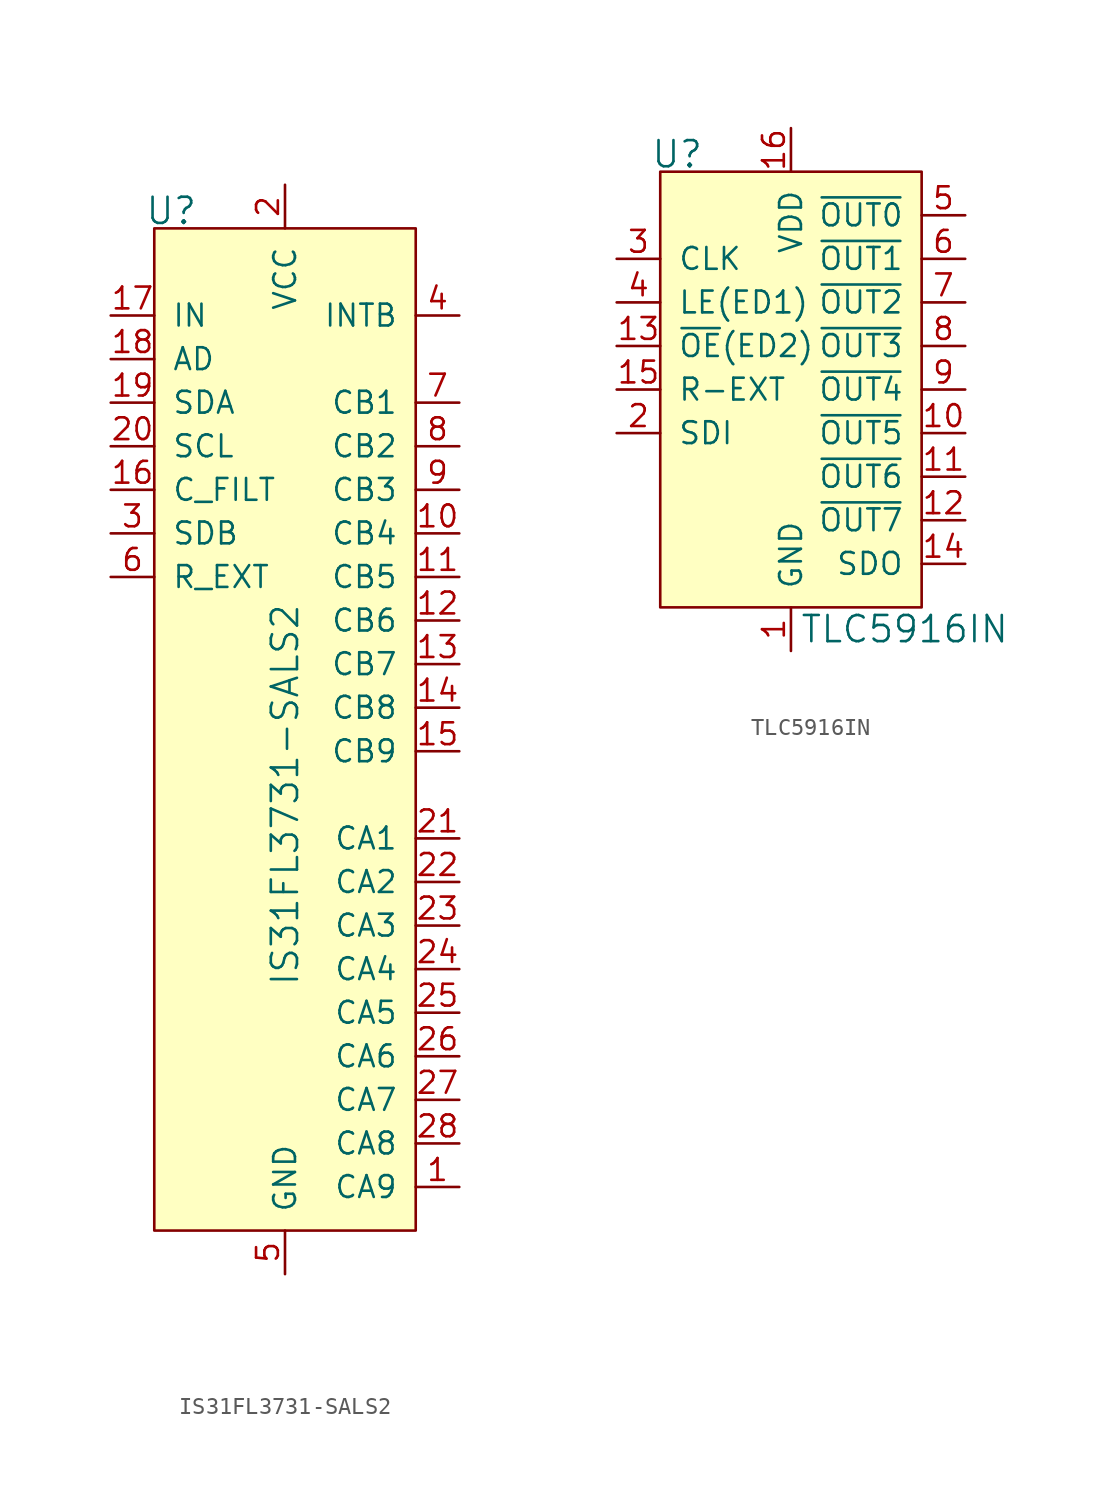
<source format=kicad_sym>
(kicad_symbol_lib
  (version 20231120)
  (generator "kicad_symbol_editor")
  (generator_version "8.0")
  (symbol "IS31FL3731-SALS2"
    (pin_names
      (offset 1.016))
    (property "Reference" "U"
      (at -5.08 21.336 0)
      (effects (font (size 1.524 1.524)) (justify right)))
    (property "Value" "IS31FL3731-SALS2"
      (at 0 -12.7 90)
      (effects (font (size 1.524 1.524))))
    (symbol "IS31FL3731-SALS2_0_1"
      (rectangle (start -7.62 20.32) (end 7.62 -38.1) (stroke (width 0) (type default)) (fill (type background))))
    (symbol "IS31FL3731-SALS2_1_1"
      (pin passive line (at 10.16 -35.56 180) (length 2.54) (name "CA9" (effects (font (size 1.27 1.27)))) (number "1" (effects (font (size 1.27 1.27)))))
      (pin passive line (at 10.16 2.54 180) (length 2.54) (name "CB4" (effects (font (size 1.27 1.27)))) (number "10" (effects (font (size 1.27 1.27)))))
      (pin passive line (at 10.16 0 180) (length 2.54) (name "CB5" (effects (font (size 1.27 1.27)))) (number "11" (effects (font (size 1.27 1.27)))))
      (pin passive line (at 10.16 -2.54 180) (length 2.54) (name "CB6" (effects (font (size 1.27 1.27)))) (number "12" (effects (font (size 1.27 1.27)))))
      (pin passive line (at 10.16 -5.08 180) (length 2.54) (name "CB7" (effects (font (size 1.27 1.27)))) (number "13" (effects (font (size 1.27 1.27)))))
      (pin passive line (at 10.16 -7.62 180) (length 2.54) (name "CB8" (effects (font (size 1.27 1.27)))) (number "14" (effects (font (size 1.27 1.27)))))
      (pin passive line (at 10.16 -10.16 180) (length 2.54) (name "CB9" (effects (font (size 1.27 1.27)))) (number "15" (effects (font (size 1.27 1.27)))))
      (pin passive line (at -10.16 5.08 0) (length 2.54) (name "C_FILT" (effects (font (size 1.27 1.27)))) (number "16" (effects (font (size 1.27 1.27)))))
      (pin input line (at -10.16 15.24 0) (length 2.54) (name "IN" (effects (font (size 1.27 1.27)))) (number "17" (effects (font (size 1.27 1.27)))))
      (pin input line (at -10.16 12.7 0) (length 2.54) (name "AD" (effects (font (size 1.27 1.27)))) (number "18" (effects (font (size 1.27 1.27)))))
      (pin bidirectional line (at -10.16 10.16 0) (length 2.54) (name "SDA" (effects (font (size 1.27 1.27)))) (number "19" (effects (font (size 1.27 1.27)))))
      (pin power_in line (at 0 22.86 270) (length 2.54) (name "VCC" (effects (font (size 1.27 1.27)))) (number "2" (effects (font (size 1.27 1.27)))))
      (pin input line (at -10.16 7.62 0) (length 2.54) (name "SCL" (effects (font (size 1.27 1.27)))) (number "20" (effects (font (size 1.27 1.27)))))
      (pin passive line (at 10.16 -15.24 180) (length 2.54) (name "CA1" (effects (font (size 1.27 1.27)))) (number "21" (effects (font (size 1.27 1.27)))))
      (pin passive line (at 10.16 -17.78 180) (length 2.54) (name "CA2" (effects (font (size 1.27 1.27)))) (number "22" (effects (font (size 1.27 1.27)))))
      (pin passive line (at 10.16 -20.32 180) (length 2.54) (name "CA3" (effects (font (size 1.27 1.27)))) (number "23" (effects (font (size 1.27 1.27)))))
      (pin passive line (at 10.16 -22.86 180) (length 2.54) (name "CA4" (effects (font (size 1.27 1.27)))) (number "24" (effects (font (size 1.27 1.27)))))
      (pin passive line (at 10.16 -25.4 180) (length 2.54) (name "CA5" (effects (font (size 1.27 1.27)))) (number "25" (effects (font (size 1.27 1.27)))))
      (pin passive line (at 10.16 -27.94 180) (length 2.54) (name "CA6" (effects (font (size 1.27 1.27)))) (number "26" (effects (font (size 1.27 1.27)))))
      (pin passive line (at 10.16 -30.48 180) (length 2.54) (name "CA7" (effects (font (size 1.27 1.27)))) (number "27" (effects (font (size 1.27 1.27)))))
      (pin passive line (at 10.16 -33.02 180) (length 2.54) (name "CA8" (effects (font (size 1.27 1.27)))) (number "28" (effects (font (size 1.27 1.27)))))
      (pin input line (at -10.16 2.54 0) (length 2.54) (name "SDB" (effects (font (size 1.27 1.27)))) (number "3" (effects (font (size 1.27 1.27)))))
      (pin input line (at 10.16 15.24 180) (length 2.54) (name "INTB" (effects (font (size 1.27 1.27)))) (number "4" (effects (font (size 1.27 1.27)))))
      (pin power_in line (at 0 -40.64 90) (length 2.54) (name "GND" (effects (font (size 1.27 1.27)))) (number "5" (effects (font (size 1.27 1.27)))))
      (pin passive line (at -10.16 0 0) (length 2.54) (name "R_EXT" (effects (font (size 1.27 1.27)))) (number "6" (effects (font (size 1.27 1.27)))))
      (pin passive line (at 10.16 10.16 180) (length 2.54) (name "CB1" (effects (font (size 1.27 1.27)))) (number "7" (effects (font (size 1.27 1.27)))))
      (pin passive line (at 10.16 7.62 180) (length 2.54) (name "CB2" (effects (font (size 1.27 1.27)))) (number "8" (effects (font (size 1.27 1.27)))))
      (pin passive line (at 10.16 5.08 180) (length 2.54) (name "CB3" (effects (font (size 1.27 1.27)))) (number "9" (effects (font (size 1.27 1.27)))))))
  (symbol "TLC5916IN"
    (pin_names
      (offset 1.016))
    (property "Reference" "U"
      (at -5.08 6.096 0)
      (effects (font (size 1.524 1.524)) (justify right)))
    (property "Value" "TLC5916IN"
      (at 0.508 -21.59 0)
      (effects (font (size 1.524 1.524)) (justify left)))
    (symbol "TLC5916IN_0_1"
      (rectangle (start 7.62 5.08) (end -7.62 -20.32) (stroke (width 0) (type default)) (fill (type background))))
    (symbol "TLC5916IN_1_1"
      (pin power_in line (at 0 -22.86 90) (length 2.54) (name "GND" (effects (font (size 1.27 1.27)))) (number "1" (effects (font (size 1.27 1.27)))))
      (pin power_out line (at 10.16 -10.16 180) (length 2.54) (name "~{OUT5}" (effects (font (size 1.27 1.27)))) (number "10" (effects (font (size 1.27 1.27)))))
      (pin power_out line (at 10.16 -12.7 180) (length 2.54) (name "~{OUT6}" (effects (font (size 1.27 1.27)))) (number "11" (effects (font (size 1.27 1.27)))))
      (pin power_out line (at 10.16 -15.24 180) (length 2.54) (name "~{OUT7}" (effects (font (size 1.27 1.27)))) (number "12" (effects (font (size 1.27 1.27)))))
      (pin input line (at -10.16 -5.08 0) (length 2.54) (name "~{OE}(ED2)" (effects (font (size 1.27 1.27)))) (number "13" (effects (font (size 1.27 1.27)))))
      (pin power_out line (at 10.16 -17.78 180) (length 2.54) (name "SDO" (effects (font (size 1.27 1.27)))) (number "14" (effects (font (size 1.27 1.27)))))
      (pin passive line (at -10.16 -7.62 0) (length 2.54) (name "R-EXT" (effects (font (size 1.27 1.27)))) (number "15" (effects (font (size 1.27 1.27)))))
      (pin power_in line (at 0 7.62 270) (length 2.54) (name "VDD" (effects (font (size 1.27 1.27)))) (number "16" (effects (font (size 1.27 1.27)))))
      (pin input line (at -10.16 -10.16 0) (length 2.54) (name "SDI" (effects (font (size 1.27 1.27)))) (number "2" (effects (font (size 1.27 1.27)))))
      (pin input line (at -10.16 0 0) (length 2.54) (name "CLK" (effects (font (size 1.27 1.27)))) (number "3" (effects (font (size 1.27 1.27)))))
      (pin input line (at -10.16 -2.54 0) (length 2.54) (name "LE(ED1)" (effects (font (size 1.27 1.27)))) (number "4" (effects (font (size 1.27 1.27)))))
      (pin power_out line (at 10.16 2.54 180) (length 2.54) (name "~{OUT0}" (effects (font (size 1.27 1.27)))) (number "5" (effects (font (size 1.27 1.27)))))
      (pin power_out line (at 10.16 0 180) (length 2.54) (name "~{OUT1}" (effects (font (size 1.27 1.27)))) (number "6" (effects (font (size 1.27 1.27)))))
      (pin power_out line (at 10.16 -2.54 180) (length 2.54) (name "~{OUT2}" (effects (font (size 1.27 1.27)))) (number "7" (effects (font (size 1.27 1.27)))))
      (pin power_out line (at 10.16 -5.08 180) (length 2.54) (name "~{OUT3}" (effects (font (size 1.27 1.27)))) (number "8" (effects (font (size 1.27 1.27)))))
      (pin power_out line (at 10.16 -7.62 180) (length 2.54) (name "~{OUT4}" (effects (font (size 1.27 1.27)))) (number "9" (effects (font (size 1.27 1.27))))))))
</source>
